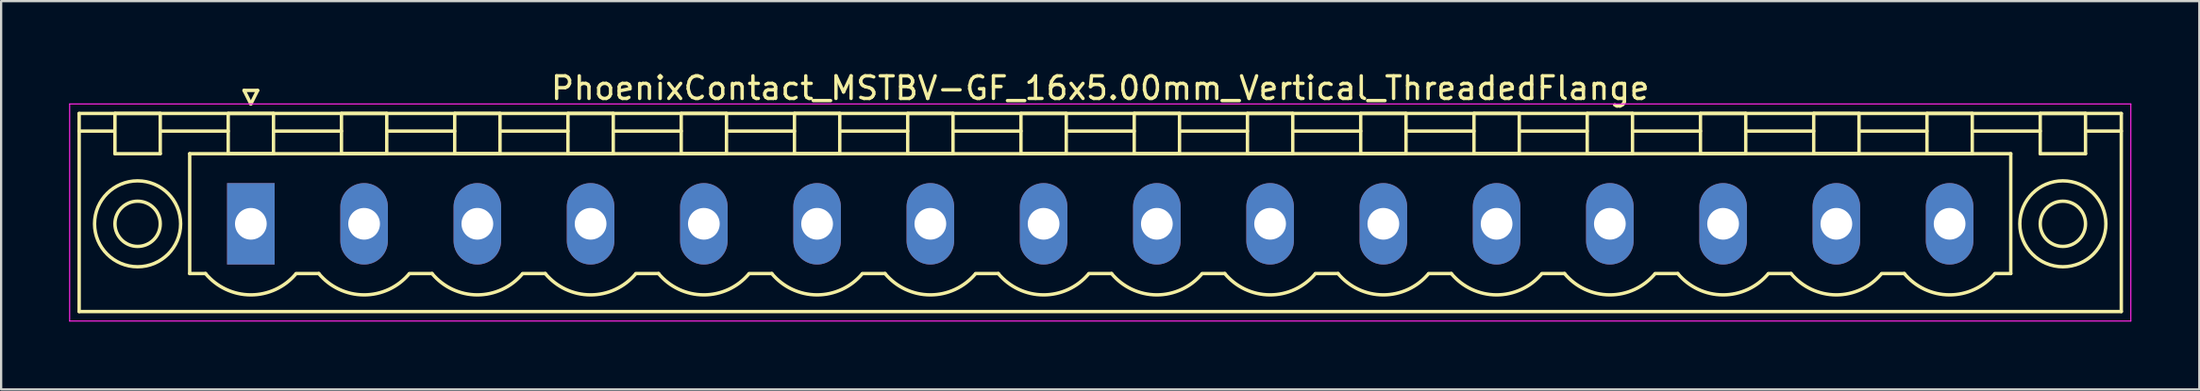
<source format=kicad_pcb>
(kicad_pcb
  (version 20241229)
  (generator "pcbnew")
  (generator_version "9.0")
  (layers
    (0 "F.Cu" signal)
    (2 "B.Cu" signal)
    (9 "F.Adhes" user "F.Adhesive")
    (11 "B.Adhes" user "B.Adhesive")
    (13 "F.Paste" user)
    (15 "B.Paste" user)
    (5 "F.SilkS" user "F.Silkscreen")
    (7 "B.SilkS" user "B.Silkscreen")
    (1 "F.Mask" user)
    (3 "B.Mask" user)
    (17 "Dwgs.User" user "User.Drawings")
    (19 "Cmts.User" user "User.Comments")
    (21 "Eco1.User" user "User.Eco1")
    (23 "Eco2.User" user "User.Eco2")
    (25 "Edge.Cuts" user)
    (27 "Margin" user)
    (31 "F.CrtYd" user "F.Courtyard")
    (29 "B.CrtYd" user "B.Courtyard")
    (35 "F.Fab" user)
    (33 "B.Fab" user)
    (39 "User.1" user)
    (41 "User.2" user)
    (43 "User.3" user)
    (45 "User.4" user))
  (footprint "PhoenixContact_MSTBV-GF_16x5.00mm_Vertical_ThreadedFlange"
    (layer "F.Cu")
    (at 8.025 6.848)
    (property "Reference" "PhoenixContact_MSTBV-GF_16x5.00mm_Vertical_ThreadedFlange" (at 37.5 -6 0) (layer "F.SilkS") (effects (font (size 1 1) (thickness 0.15))))
    (attr through_hole)
    (fp_line (start -7.58 -4.88) (end -7.58 3.88) (stroke (width 0.15) (type solid)) (layer "F.SilkS"))
    (fp_line (start -7.58 -4.1) (end -6.08 -4.1) (stroke (width 0.15) (type solid)) (layer "F.SilkS"))
    (fp_line (start -7.58 3.88) (end 82.58 3.88) (stroke (width 0.15) (type solid)) (layer "F.SilkS"))
    (fp_line (start -6 -4.88) (end -4 -4.88) (stroke (width 0.15) (type solid)) (layer "F.SilkS"))
    (fp_line (start -6 -3.1) (end -6 -4.88) (stroke (width 0.15) (type solid)) (layer "F.SilkS"))
    (fp_line (start -4 -4.88) (end -4 -3.1) (stroke (width 0.15) (type solid)) (layer "F.SilkS"))
    (fp_line (start -4 -4.1) (end -1 -4.1) (stroke (width 0.15) (type solid)) (layer "F.SilkS"))
    (fp_line (start -4 -3.1) (end -6 -3.1) (stroke (width 0.15) (type solid)) (layer "F.SilkS"))
    (fp_line (start -2.7 -3.1) (end 77.7 -3.1) (stroke (width 0.15) (type solid)) (layer "F.SilkS"))
    (fp_line (start -2.7 2.2) (end -2.7 -3.1) (stroke (width 0.15) (type solid)) (layer "F.SilkS"))
    (fp_line (start -2 2.2) (end -2.7 2.2) (stroke (width 0.15) (type solid)) (layer "F.SilkS"))
    (fp_line (start -1 -4.88) (end 1 -4.88) (stroke (width 0.15) (type solid)) (layer "F.SilkS"))
    (fp_line (start -1 -3.1) (end -1 -4.88) (stroke (width 0.15) (type solid)) (layer "F.SilkS"))
    (fp_line (start -0.3 -5.9) (end 0 -5.3) (stroke (width 0.15) (type solid)) (layer "F.SilkS"))
    (fp_line (start 0 -5.3) (end 0.3 -5.9) (stroke (width 0.15) (type solid)) (layer "F.SilkS"))
    (fp_line (start 0.3 -5.9) (end -0.3 -5.9) (stroke (width 0.15) (type solid)) (layer "F.SilkS"))
    (fp_line (start 1 -4.88) (end 1 -3.1) (stroke (width 0.15) (type solid)) (layer "F.SilkS"))
    (fp_line (start 1 -4.1) (end 4 -4.1) (stroke (width 0.15) (type solid)) (layer "F.SilkS"))
    (fp_line (start 1 -3.1) (end -1 -3.1) (stroke (width 0.15) (type solid)) (layer "F.SilkS"))
    (fp_line (start 2 2.2) (end 3 2.2) (stroke (width 0.15) (type solid)) (layer "F.SilkS"))
    (fp_line (start 4 -4.88) (end 6 -4.88) (stroke (width 0.15) (type solid)) (layer "F.SilkS"))
    (fp_line (start 4 -3.1) (end 4 -4.88) (stroke (width 0.15) (type solid)) (layer "F.SilkS"))
    (fp_line (start 6 -4.88) (end 6 -3.1) (stroke (width 0.15) (type solid)) (layer "F.SilkS"))
    (fp_line (start 6 -4.1) (end 9 -4.1) (stroke (width 0.15) (type solid)) (layer "F.SilkS"))
    (fp_line (start 6 -3.1) (end 4 -3.1) (stroke (width 0.15) (type solid)) (layer "F.SilkS"))
    (fp_line (start 7 2.2) (end 8 2.2) (stroke (width 0.15) (type solid)) (layer "F.SilkS"))
    (fp_line (start 9 -4.88) (end 11 -4.88) (stroke (width 0.15) (type solid)) (layer "F.SilkS"))
    (fp_line (start 9 -3.1) (end 9 -4.88) (stroke (width 0.15) (type solid)) (layer "F.SilkS"))
    (fp_line (start 11 -4.88) (end 11 -3.1) (stroke (width 0.15) (type solid)) (layer "F.SilkS"))
    (fp_line (start 11 -4.1) (end 14 -4.1) (stroke (width 0.15) (type solid)) (layer "F.SilkS"))
    (fp_line (start 11 -3.1) (end 9 -3.1) (stroke (width 0.15) (type solid)) (layer "F.SilkS"))
    (fp_line (start 12 2.2) (end 13 2.2) (stroke (width 0.15) (type solid)) (layer "F.SilkS"))
    (fp_line (start 14 -4.88) (end 16 -4.88) (stroke (width 0.15) (type solid)) (layer "F.SilkS"))
    (fp_line (start 14 -3.1) (end 14 -4.88) (stroke (width 0.15) (type solid)) (layer "F.SilkS"))
    (fp_line (start 16 -4.88) (end 16 -3.1) (stroke (width 0.15) (type solid)) (layer "F.SilkS"))
    (fp_line (start 16 -4.1) (end 19 -4.1) (stroke (width 0.15) (type solid)) (layer "F.SilkS"))
    (fp_line (start 16 -3.1) (end 14 -3.1) (stroke (width 0.15) (type solid)) (layer "F.SilkS"))
    (fp_line (start 17 2.2) (end 18 2.2) (stroke (width 0.15) (type solid)) (layer "F.SilkS"))
    (fp_line (start 19 -4.88) (end 21 -4.88) (stroke (width 0.15) (type solid)) (layer "F.SilkS"))
    (fp_line (start 19 -3.1) (end 19 -4.88) (stroke (width 0.15) (type solid)) (layer "F.SilkS"))
    (fp_line (start 21 -4.88) (end 21 -3.1) (stroke (width 0.15) (type solid)) (layer "F.SilkS"))
    (fp_line (start 21 -4.1) (end 24 -4.1) (stroke (width 0.15) (type solid)) (layer "F.SilkS"))
    (fp_line (start 21 -3.1) (end 19 -3.1) (stroke (width 0.15) (type solid)) (layer "F.SilkS"))
    (fp_line (start 22 2.2) (end 23 2.2) (stroke (width 0.15) (type solid)) (layer "F.SilkS"))
    (fp_line (start 24 -4.88) (end 26 -4.88) (stroke (width 0.15) (type solid)) (layer "F.SilkS"))
    (fp_line (start 24 -3.1) (end 24 -4.88) (stroke (width 0.15) (type solid)) (layer "F.SilkS"))
    (fp_line (start 26 -4.88) (end 26 -3.1) (stroke (width 0.15) (type solid)) (layer "F.SilkS"))
    (fp_line (start 26 -4.1) (end 29 -4.1) (stroke (width 0.15) (type solid)) (layer "F.SilkS"))
    (fp_line (start 26 -3.1) (end 24 -3.1) (stroke (width 0.15) (type solid)) (layer "F.SilkS"))
    (fp_line (start 27 2.2) (end 28 2.2) (stroke (width 0.15) (type solid)) (layer "F.SilkS"))
    (fp_line (start 29 -4.88) (end 31 -4.88) (stroke (width 0.15) (type solid)) (layer "F.SilkS"))
    (fp_line (start 29 -3.1) (end 29 -4.88) (stroke (width 0.15) (type solid)) (layer "F.SilkS"))
    (fp_line (start 31 -4.88) (end 31 -3.1) (stroke (width 0.15) (type solid)) (layer "F.SilkS"))
    (fp_line (start 31 -4.1) (end 34 -4.1) (stroke (width 0.15) (type solid)) (layer "F.SilkS"))
    (fp_line (start 31 -3.1) (end 29 -3.1) (stroke (width 0.15) (type solid)) (layer "F.SilkS"))
    (fp_line (start 32 2.2) (end 33 2.2) (stroke (width 0.15) (type solid)) (layer "F.SilkS"))
    (fp_line (start 34 -4.88) (end 36 -4.88) (stroke (width 0.15) (type solid)) (layer "F.SilkS"))
    (fp_line (start 34 -3.1) (end 34 -4.88) (stroke (width 0.15) (type solid)) (layer "F.SilkS"))
    (fp_line (start 36 -4.88) (end 36 -3.1) (stroke (width 0.15) (type solid)) (layer "F.SilkS"))
    (fp_line (start 36 -4.1) (end 39 -4.1) (stroke (width 0.15) (type solid)) (layer "F.SilkS"))
    (fp_line (start 36 -3.1) (end 34 -3.1) (stroke (width 0.15) (type solid)) (layer "F.SilkS"))
    (fp_line (start 37 2.2) (end 38 2.2) (stroke (width 0.15) (type solid)) (layer "F.SilkS"))
    (fp_line (start 39 -4.88) (end 41 -4.88) (stroke (width 0.15) (type solid)) (layer "F.SilkS"))
    (fp_line (start 39 -3.1) (end 39 -4.88) (stroke (width 0.15) (type solid)) (layer "F.SilkS"))
    (fp_line (start 41 -4.88) (end 41 -3.1) (stroke (width 0.15) (type solid)) (layer "F.SilkS"))
    (fp_line (start 41 -4.1) (end 44 -4.1) (stroke (width 0.15) (type solid)) (layer "F.SilkS"))
    (fp_line (start 41 -3.1) (end 39 -3.1) (stroke (width 0.15) (type solid)) (layer "F.SilkS"))
    (fp_line (start 42 2.2) (end 43 2.2) (stroke (width 0.15) (type solid)) (layer "F.SilkS"))
    (fp_line (start 44 -4.88) (end 46 -4.88) (stroke (width 0.15) (type solid)) (layer "F.SilkS"))
    (fp_line (start 44 -3.1) (end 44 -4.88) (stroke (width 0.15) (type solid)) (layer "F.SilkS"))
    (fp_line (start 46 -4.88) (end 46 -3.1) (stroke (width 0.15) (type solid)) (layer "F.SilkS"))
    (fp_line (start 46 -4.1) (end 49 -4.1) (stroke (width 0.15) (type solid)) (layer "F.SilkS"))
    (fp_line (start 46 -3.1) (end 44 -3.1) (stroke (width 0.15) (type solid)) (layer "F.SilkS"))
    (fp_line (start 47 2.2) (end 48 2.2) (stroke (width 0.15) (type solid)) (layer "F.SilkS"))
    (fp_line (start 49 -4.88) (end 51 -4.88) (stroke (width 0.15) (type solid)) (layer "F.SilkS"))
    (fp_line (start 49 -3.1) (end 49 -4.88) (stroke (width 0.15) (type solid)) (layer "F.SilkS"))
    (fp_line (start 51 -4.88) (end 51 -3.1) (stroke (width 0.15) (type solid)) (layer "F.SilkS"))
    (fp_line (start 51 -4.1) (end 54 -4.1) (stroke (width 0.15) (type solid)) (layer "F.SilkS"))
    (fp_line (start 51 -3.1) (end 49 -3.1) (stroke (width 0.15) (type solid)) (layer "F.SilkS"))
    (fp_line (start 52 2.2) (end 53 2.2) (stroke (width 0.15) (type solid)) (layer "F.SilkS"))
    (fp_line (start 54 -4.88) (end 56 -4.88) (stroke (width 0.15) (type solid)) (layer "F.SilkS"))
    (fp_line (start 54 -3.1) (end 54 -4.88) (stroke (width 0.15) (type solid)) (layer "F.SilkS"))
    (fp_line (start 56 -4.88) (end 56 -3.1) (stroke (width 0.15) (type solid)) (layer "F.SilkS"))
    (fp_line (start 56 -4.1) (end 59 -4.1) (stroke (width 0.15) (type solid)) (layer "F.SilkS"))
    (fp_line (start 56 -3.1) (end 54 -3.1) (stroke (width 0.15) (type solid)) (layer "F.SilkS"))
    (fp_line (start 57 2.2) (end 58 2.2) (stroke (width 0.15) (type solid)) (layer "F.SilkS"))
    (fp_line (start 59 -4.88) (end 61 -4.88) (stroke (width 0.15) (type solid)) (layer "F.SilkS"))
    (fp_line (start 59 -3.1) (end 59 -4.88) (stroke (width 0.15) (type solid)) (layer "F.SilkS"))
    (fp_line (start 61 -4.88) (end 61 -3.1) (stroke (width 0.15) (type solid)) (layer "F.SilkS"))
    (fp_line (start 61 -4.1) (end 64 -4.1) (stroke (width 0.15) (type solid)) (layer "F.SilkS"))
    (fp_line (start 61 -3.1) (end 59 -3.1) (stroke (width 0.15) (type solid)) (layer "F.SilkS"))
    (fp_line (start 62 2.2) (end 63 2.2) (stroke (width 0.15) (type solid)) (layer "F.SilkS"))
    (fp_line (start 64 -4.88) (end 66 -4.88) (stroke (width 0.15) (type solid)) (layer "F.SilkS"))
    (fp_line (start 64 -3.1) (end 64 -4.88) (stroke (width 0.15) (type solid)) (layer "F.SilkS"))
    (fp_line (start 66 -4.88) (end 66 -3.1) (stroke (width 0.15) (type solid)) (layer "F.SilkS"))
    (fp_line (start 66 -4.1) (end 69 -4.1) (stroke (width 0.15) (type solid)) (layer "F.SilkS"))
    (fp_line (start 66 -3.1) (end 64 -3.1) (stroke (width 0.15) (type solid)) (layer "F.SilkS"))
    (fp_line (start 67 2.2) (end 68 2.2) (stroke (width 0.15) (type solid)) (layer "F.SilkS"))
    (fp_line (start 69 -4.88) (end 71 -4.88) (stroke (width 0.15) (type solid)) (layer "F.SilkS"))
    (fp_line (start 69 -3.1) (end 69 -4.88) (stroke (width 0.15) (type solid)) (layer "F.SilkS"))
    (fp_line (start 71 -4.88) (end 71 -3.1) (stroke (width 0.15) (type solid)) (layer "F.SilkS"))
    (fp_line (start 71 -4.1) (end 74 -4.1) (stroke (width 0.15) (type solid)) (layer "F.SilkS"))
    (fp_line (start 71 -3.1) (end 69 -3.1) (stroke (width 0.15) (type solid)) (layer "F.SilkS"))
    (fp_line (start 72 2.2) (end 73 2.2) (stroke (width 0.15) (type solid)) (layer "F.SilkS"))
    (fp_line (start 74 -4.88) (end 76 -4.88) (stroke (width 0.15) (type solid)) (layer "F.SilkS"))
    (fp_line (start 74 -3.1) (end 74 -4.88) (stroke (width 0.15) (type solid)) (layer "F.SilkS"))
    (fp_line (start 76 -4.88) (end 76 -3.1) (stroke (width 0.15) (type solid)) (layer "F.SilkS"))
    (fp_line (start 76 -4.1) (end 79 -4.1) (stroke (width 0.15) (type solid)) (layer "F.SilkS"))
    (fp_line (start 76 -3.1) (end 74 -3.1) (stroke (width 0.15) (type solid)) (layer "F.SilkS"))
    (fp_line (start 77.7 -3.1) (end 77.7 2.2) (stroke (width 0.15) (type solid)) (layer "F.SilkS"))
    (fp_line (start 77.7 2.2) (end 77 2.2) (stroke (width 0.15) (type solid)) (layer "F.SilkS"))
    (fp_line (start 79 -4.88) (end 81 -4.88) (stroke (width 0.15) (type solid)) (layer "F.SilkS"))
    (fp_line (start 79 -3.1) (end 79 -4.88) (stroke (width 0.15) (type solid)) (layer "F.SilkS"))
    (fp_line (start 81 -4.88) (end 81 -3.1) (stroke (width 0.15) (type solid)) (layer "F.SilkS"))
    (fp_line (start 81 -3.1) (end 79 -3.1) (stroke (width 0.15) (type solid)) (layer "F.SilkS"))
    (fp_line (start 82.58 -4.88) (end -7.58 -4.88) (stroke (width 0.15) (type solid)) (layer "F.SilkS"))
    (fp_line (start 82.58 -4.1) (end 81.08 -4.1) (stroke (width 0.15) (type solid)) (layer "F.SilkS"))
    (fp_line (start 82.58 3.88) (end 82.58 -4.88) (stroke (width 0.15) (type solid)) (layer "F.SilkS"))
    (fp_arc (start 1.986842 2.215821) (mid -0.010289 3.142758) (end -2 2.2) (stroke (width 0.15) (type solid)) (layer "F.SilkS"))
    (fp_arc (start 6.986842 2.215821) (mid 4.989711 3.142758) (end 3 2.2) (stroke (width 0.15) (type solid)) (layer "F.SilkS"))
    (fp_arc (start 11.986842 2.215821) (mid 9.989711 3.142758) (end 8 2.2) (stroke (width 0.15) (type solid)) (layer "F.SilkS"))
    (fp_arc (start 16.986842 2.215821) (mid 14.989711 3.142758) (end 13 2.2) (stroke (width 0.15) (type solid)) (layer "F.SilkS"))
    (fp_arc (start 21.986842 2.215821) (mid 19.989711 3.142758) (end 18 2.2) (stroke (width 0.15) (type solid)) (layer "F.SilkS"))
    (fp_arc (start 26.986842 2.215821) (mid 24.989711 3.142758) (end 23 2.2) (stroke (width 0.15) (type solid)) (layer "F.SilkS"))
    (fp_arc (start 31.986842 2.215821) (mid 29.989711 3.142758) (end 28 2.2) (stroke (width 0.15) (type solid)) (layer "F.SilkS"))
    (fp_arc (start 36.986842 2.215821) (mid 34.989711 3.142758) (end 33 2.2) (stroke (width 0.15) (type solid)) (layer "F.SilkS"))
    (fp_arc (start 41.986842 2.215821) (mid 39.989711 3.142758) (end 38 2.2) (stroke (width 0.15) (type solid)) (layer "F.SilkS"))
    (fp_arc (start 46.986842 2.215821) (mid 44.989711 3.142758) (end 43 2.2) (stroke (width 0.15) (type solid)) (layer "F.SilkS"))
    (fp_arc (start 51.986842 2.215821) (mid 49.989711 3.142758) (end 48 2.2) (stroke (width 0.15) (type solid)) (layer "F.SilkS"))
    (fp_arc (start 56.986842 2.215821) (mid 54.989711 3.142758) (end 53 2.2) (stroke (width 0.15) (type solid)) (layer "F.SilkS"))
    (fp_arc (start 61.986842 2.215821) (mid 59.989711 3.142758) (end 58 2.2) (stroke (width 0.15) (type solid)) (layer "F.SilkS"))
    (fp_arc (start 66.986842 2.215821) (mid 64.989711 3.142758) (end 63 2.2) (stroke (width 0.15) (type solid)) (layer "F.SilkS"))
    (fp_arc (start 71.986842 2.215821) (mid 69.989711 3.142758) (end 68 2.2) (stroke (width 0.15) (type solid)) (layer "F.SilkS"))
    (fp_arc (start 76.986842 2.215821) (mid 74.989711 3.142758) (end 73 2.2) (stroke (width 0.15) (type solid)) (layer "F.SilkS"))
    (fp_circle (center -5 0) (end -4 0) (stroke (width 0.15) (type solid)) (fill no) (layer "F.SilkS"))
    (fp_circle (center -5 0) (end -3.1 0) (stroke (width 0.15) (type solid)) (fill no) (layer "F.SilkS"))
    (fp_circle (center 80 0) (end 81 0) (stroke (width 0.15) (type solid)) (fill no) (layer "F.SilkS"))
    (fp_circle (center 80 0) (end 81.9 0) (stroke (width 0.15) (type solid)) (fill no) (layer "F.SilkS"))
    (fp_line (start -8 -5.3) (end -8 4.3) (stroke (width 0.05) (type solid)) (layer "F.CrtYd"))
    (fp_line (start -8 4.3) (end 83 4.3) (stroke (width 0.05) (type solid)) (layer "F.CrtYd"))
    (fp_line (start 83 -5.3) (end -8 -5.3) (stroke (width 0.05) (type solid)) (layer "F.CrtYd"))
    (fp_line (start 83 4.3) (end 83 -5.3) (stroke (width 0.05) (type solid)) (layer "F.CrtYd"))
    (pad "1" thru_hole rect (at 0 0) (size 2.1 3.6) (drill 1.4) (layers "*.Cu" "*.Mask"))
    (pad "2" thru_hole oval (at 5 0) (size 2.1 3.6) (drill 1.4) (layers "*.Cu" "*.Mask"))
    (pad "3" thru_hole oval (at 10 0) (size 2.1 3.6) (drill 1.4) (layers "*.Cu" "*.Mask"))
    (pad "4" thru_hole oval (at 15 0) (size 2.1 3.6) (drill 1.4) (layers "*.Cu" "*.Mask"))
    (pad "5" thru_hole oval (at 20 0) (size 2.1 3.6) (drill 1.4) (layers "*.Cu" "*.Mask"))
    (pad "6" thru_hole oval (at 25 0) (size 2.1 3.6) (drill 1.4) (layers "*.Cu" "*.Mask"))
    (pad "7" thru_hole oval (at 30 0) (size 2.1 3.6) (drill 1.4) (layers "*.Cu" "*.Mask"))
    (pad "8" thru_hole oval (at 35 0) (size 2.1 3.6) (drill 1.4) (layers "*.Cu" "*.Mask"))
    (pad "9" thru_hole oval (at 40 0) (size 2.1 3.6) (drill 1.4) (layers "*.Cu" "*.Mask"))
    (pad "10" thru_hole oval (at 45 0) (size 2.1 3.6) (drill 1.4) (layers "*.Cu" "*.Mask"))
    (pad "11" thru_hole oval (at 50 0) (size 2.1 3.6) (drill 1.4) (layers "*.Cu" "*.Mask"))
    (pad "12" thru_hole oval (at 55 0) (size 2.1 3.6) (drill 1.4) (layers "*.Cu" "*.Mask"))
    (pad "13" thru_hole oval (at 60 0) (size 2.1 3.6) (drill 1.4) (layers "*.Cu" "*.Mask"))
    (pad "14" thru_hole oval (at 65 0) (size 2.1 3.6) (drill 1.4) (layers "*.Cu" "*.Mask"))
    (pad "15" thru_hole oval (at 70 0) (size 2.1 3.6) (drill 1.4) (layers "*.Cu" "*.Mask"))
    (pad "16" thru_hole oval (at 75 0) (size 2.1 3.6) (drill 1.4) (layers "*.Cu" "*.Mask")))
  (gr_rect
    (start -3 -3)
    (end 94.05 14.173)
    (stroke (width 0.1) (type default))
    (fill no)
    (layer "Edge.Cuts")))
</source>
